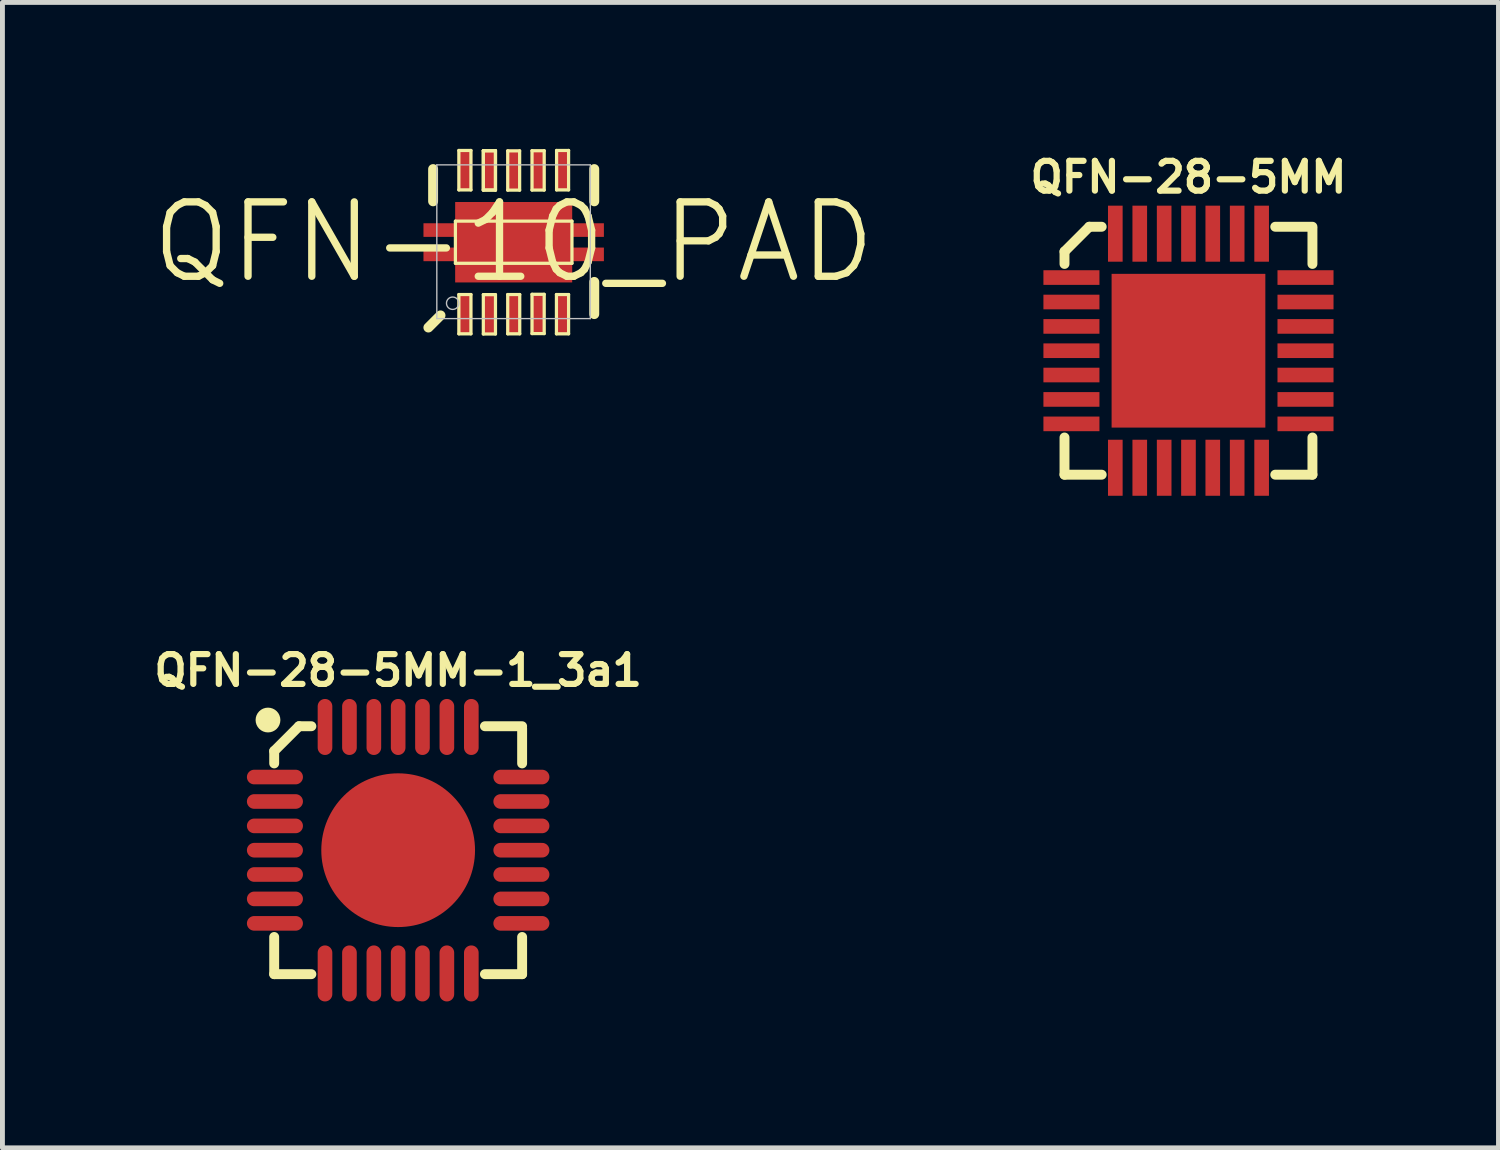
<source format=kicad_pcb>
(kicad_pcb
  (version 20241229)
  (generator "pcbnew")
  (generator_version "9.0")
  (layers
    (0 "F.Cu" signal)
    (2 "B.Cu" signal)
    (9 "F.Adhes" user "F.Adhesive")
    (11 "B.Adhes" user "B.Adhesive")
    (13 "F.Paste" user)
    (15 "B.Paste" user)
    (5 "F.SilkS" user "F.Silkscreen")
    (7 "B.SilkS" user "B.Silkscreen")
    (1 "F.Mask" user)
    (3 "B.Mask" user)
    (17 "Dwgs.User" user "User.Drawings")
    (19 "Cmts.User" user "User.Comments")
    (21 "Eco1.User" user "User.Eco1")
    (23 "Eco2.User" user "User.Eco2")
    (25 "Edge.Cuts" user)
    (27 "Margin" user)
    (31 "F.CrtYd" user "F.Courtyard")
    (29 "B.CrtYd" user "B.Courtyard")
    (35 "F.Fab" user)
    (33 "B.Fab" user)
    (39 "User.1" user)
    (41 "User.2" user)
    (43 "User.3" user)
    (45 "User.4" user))
  (footprint "QFN-28-5MM-1_3a1"
    (layer "F.Cu")
    (at 5.108 14.37)
    (property "Reference" "QFN-28-5MM-1_3a1" (at 0 -3.683 0) (layer "F.SilkS") (effects (font (size 0.61 0.61) (thickness 0.127))))
    (attr smd)
    (fp_line (start -2.54 -2.032) (end -2.54 -1.778) (stroke (width 0.203) (type solid)) (layer "F.SilkS"))
    (fp_line (start -2.54 2.54) (end -2.54 1.778) (stroke (width 0.203) (type solid)) (layer "F.SilkS"))
    (fp_line (start -2.54 2.54) (end -1.778 2.54) (stroke (width 0.203) (type solid)) (layer "F.SilkS"))
    (fp_line (start -2.032 -2.54) (end -2.54 -2.032) (stroke (width 0.203) (type solid)) (layer "F.SilkS"))
    (fp_line (start -2.032 -2.54) (end -1.778 -2.54) (stroke (width 0.203) (type solid)) (layer "F.SilkS"))
    (fp_line (start 2.54 -2.54) (end 1.778 -2.54) (stroke (width 0.203) (type solid)) (layer "F.SilkS"))
    (fp_line (start 2.54 -2.499) (end 2.54 -1.778) (stroke (width 0.203) (type solid)) (layer "F.SilkS"))
    (fp_line (start 2.54 2.54) (end 1.778 2.54) (stroke (width 0.203) (type solid)) (layer "F.SilkS"))
    (fp_line (start 2.54 2.54) (end 2.54 1.778) (stroke (width 0.203) (type solid)) (layer "F.SilkS"))
    (fp_circle (center -2.667 -2.667) (end -2.54 -2.667) (stroke (width 0.254) (type solid)) (fill no) (layer "F.SilkS"))
    (fp_line (start -0.889 -0.889) (end -0.889 -0.381) (stroke (width 0.254) (type solid)) (layer "F.Paste"))
    (fp_line (start -0.889 -0.635) (end -0.381 -0.635) (stroke (width 0.254) (type solid)) (layer "F.Paste"))
    (fp_line (start -0.889 -0.381) (end -0.381 -0.381) (stroke (width 0.254) (type solid)) (layer "F.Paste"))
    (fp_line (start -0.889 0.381) (end -0.381 0.381) (stroke (width 0.254) (type solid)) (layer "F.Paste"))
    (fp_line (start -0.889 0.635) (end -0.381 0.635) (stroke (width 0.254) (type solid)) (layer "F.Paste"))
    (fp_line (start -0.889 0.889) (end -0.889 0.381) (stroke (width 0.254) (type solid)) (layer "F.Paste"))
    (fp_line (start -0.381 -0.889) (end -0.889 -0.889) (stroke (width 0.254) (type solid)) (layer "F.Paste"))
    (fp_line (start -0.381 -0.381) (end -0.381 -0.889) (stroke (width 0.254) (type solid)) (layer "F.Paste"))
    (fp_line (start -0.381 0.381) (end -0.381 0.889) (stroke (width 0.254) (type solid)) (layer "F.Paste"))
    (fp_line (start -0.381 0.889) (end -0.889 0.889) (stroke (width 0.254) (type solid)) (layer "F.Paste"))
    (fp_line (start 0.381 -0.889) (end 0.381 -0.381) (stroke (width 0.254) (type solid)) (layer "F.Paste"))
    (fp_line (start 0.381 -0.889) (end 0.889 -0.889) (stroke (width 0.254) (type solid)) (layer "F.Paste"))
    (fp_line (start 0.381 -0.635) (end 0.889 -0.635) (stroke (width 0.254) (type solid)) (layer "F.Paste"))
    (fp_line (start 0.381 -0.381) (end 0.889 -0.381) (stroke (width 0.254) (type solid)) (layer "F.Paste"))
    (fp_line (start 0.381 0.381) (end 0.381 0.889) (stroke (width 0.254) (type solid)) (layer "F.Paste"))
    (fp_line (start 0.381 0.381) (end 0.889 0.381) (stroke (width 0.254) (type solid)) (layer "F.Paste"))
    (fp_line (start 0.381 0.635) (end 0.889 0.635) (stroke (width 0.254) (type solid)) (layer "F.Paste"))
    (fp_line (start 0.381 0.889) (end 0.889 0.889) (stroke (width 0.254) (type solid)) (layer "F.Paste"))
    (fp_line (start 0.889 -0.889) (end 0.889 -0.381) (stroke (width 0.254) (type solid)) (layer "F.Paste"))
    (fp_line (start 0.889 0.381) (end 0.889 0.889) (stroke (width 0.254) (type solid)) (layer "F.Paste"))
    (pad "P$1" smd oval (at -2.525 -1.499 90) (size 0.3 1.148) (layers "F.Cu" "F.Mask" "F.Paste"))
    (pad "P$2" smd oval (at -2.525 -0.998 90) (size 0.3 1.148) (layers "F.Cu" "F.Mask" "F.Paste"))
    (pad "P$3" smd oval (at -2.525 -0.498 90) (size 0.3 1.148) (layers "F.Cu" "F.Mask" "F.Paste"))
    (pad "P$4" smd oval (at -2.525 0 90) (size 0.3 1.148) (layers "F.Cu" "F.Mask" "F.Paste"))
    (pad "P$5" smd oval (at -2.525 0.498 90) (size 0.3 1.148) (layers "F.Cu" "F.Mask" "F.Paste"))
    (pad "P$6" smd oval (at -2.525 0.998 90) (size 0.3 1.148) (layers "F.Cu" "F.Mask" "F.Paste"))
    (pad "P$7" smd oval (at -2.525 1.499 90) (size 0.3 1.148) (layers "F.Cu" "F.Mask" "F.Paste"))
    (pad "P$8" smd oval (at -1.499 2.525 180) (size 0.3 1.148) (layers "F.Cu" "F.Mask" "F.Paste"))
    (pad "P$9" smd oval (at -0.998 2.525 180) (size 0.3 1.148) (layers "F.Cu" "F.Mask" "F.Paste"))
    (pad "P$10" smd oval (at -0.498 2.525 180) (size 0.3 1.148) (layers "F.Cu" "F.Mask" "F.Paste"))
    (pad "P$11" smd oval (at 0 2.525 180) (size 0.3 1.148) (layers "F.Cu" "F.Mask" "F.Paste"))
    (pad "P$12" smd oval (at 0.498 2.525 180) (size 0.3 1.148) (layers "F.Cu" "F.Mask" "F.Paste"))
    (pad "P$13" smd oval (at 0.998 2.525 180) (size 0.3 1.148) (layers "F.Cu" "F.Mask" "F.Paste"))
    (pad "P$14" smd oval (at 1.499 2.525 180) (size 0.3 1.148) (layers "F.Cu" "F.Mask" "F.Paste"))
    (pad "P$15" smd oval (at 2.525 1.499 270) (size 0.3 1.148) (layers "F.Cu" "F.Mask" "F.Paste"))
    (pad "P$16" smd oval (at 2.525 0.998 270) (size 0.3 1.148) (layers "F.Cu" "F.Mask" "F.Paste"))
    (pad "P$17" smd oval (at 2.525 0.498 270) (size 0.3 1.148) (layers "F.Cu" "F.Mask" "F.Paste"))
    (pad "P$18" smd oval (at 2.525 0 270) (size 0.3 1.148) (layers "F.Cu" "F.Mask" "F.Paste"))
    (pad "P$19" smd oval (at 2.525 -0.498 270) (size 0.3 1.148) (layers "F.Cu" "F.Mask" "F.Paste"))
    (pad "P$20" smd oval (at 2.525 -0.998 270) (size 0.3 1.148) (layers "F.Cu" "F.Mask" "F.Paste"))
    (pad "P$21" smd oval (at 2.525 -1.499 270) (size 0.3 1.148) (layers "F.Cu" "F.Mask" "F.Paste"))
    (pad "P$22" smd oval (at 1.499 -2.525) (size 0.3 1.148) (layers "F.Cu" "F.Mask" "F.Paste"))
    (pad "P$23" smd oval (at 0.998 -2.525) (size 0.3 1.148) (layers "F.Cu" "F.Mask" "F.Paste"))
    (pad "P$24" smd oval (at 0.498 -2.525) (size 0.3 1.148) (layers "F.Cu" "F.Mask" "F.Paste"))
    (pad "P$25" smd oval (at 0 -2.525) (size 0.3 1.148) (layers "F.Cu" "F.Mask" "F.Paste"))
    (pad "P$26" smd oval (at -0.498 -2.525) (size 0.3 1.148) (layers "F.Cu" "F.Mask" "F.Paste"))
    (pad "P$27" smd oval (at -0.998 -2.525) (size 0.3 1.148) (layers "F.Cu" "F.Mask" "F.Paste"))
    (pad "P$28" smd oval (at -1.499 -2.525) (size 0.3 1.148) (layers "F.Cu" "F.Mask" "F.Paste"))
    (pad "P$29" smd oval (at 0 0) (size 3.15 3.15) (layers "F.Cu" "F.Mask" "F.Paste")))
  (footprint "QFN-28-5MM"
    (layer "F.Cu")
    (at 21.301 4.136)
    (property "Reference" "QFN-28-5MM" (at 0 -3.556 0) (layer "F.SilkS") (effects (font (size 0.61 0.61) (thickness 0.127))))
    (attr smd)
    (fp_line (start -2.54 -2.032) (end -2.54 -1.778) (stroke (width 0.203) (type solid)) (layer "F.SilkS"))
    (fp_line (start -2.54 2.54) (end -2.54 1.778) (stroke (width 0.203) (type solid)) (layer "F.SilkS"))
    (fp_line (start -2.54 2.54) (end -1.778 2.54) (stroke (width 0.203) (type solid)) (layer "F.SilkS"))
    (fp_line (start -2.032 -2.54) (end -2.54 -2.032) (stroke (width 0.203) (type solid)) (layer "F.SilkS"))
    (fp_line (start -2.032 -2.54) (end -1.778 -2.54) (stroke (width 0.203) (type solid)) (layer "F.SilkS"))
    (fp_line (start 2.54 -2.54) (end 1.778 -2.54) (stroke (width 0.203) (type solid)) (layer "F.SilkS"))
    (fp_line (start 2.54 -2.499) (end 2.54 -1.778) (stroke (width 0.203) (type solid)) (layer "F.SilkS"))
    (fp_line (start 2.54 2.54) (end 1.778 2.54) (stroke (width 0.203) (type solid)) (layer "F.SilkS"))
    (fp_line (start 2.54 2.54) (end 2.54 1.778) (stroke (width 0.203) (type solid)) (layer "F.SilkS"))
    (fp_line (start -1.143 -1.143) (end -1.143 -0.381) (stroke (width 0.254) (type solid)) (layer "F.Paste"))
    (fp_line (start -1.143 -1.143) (end -0.381 -1.143) (stroke (width 0.254) (type solid)) (layer "F.Paste"))
    (fp_line (start -1.143 -0.635) (end -0.381 -0.635) (stroke (width 0.254) (type solid)) (layer "F.Paste"))
    (fp_line (start -1.143 0.381) (end -0.381 0.381) (stroke (width 0.254) (type solid)) (layer "F.Paste"))
    (fp_line (start -1.143 0.889) (end -0.381 0.889) (stroke (width 0.254) (type solid)) (layer "F.Paste"))
    (fp_line (start -1.143 1.143) (end -1.143 0.381) (stroke (width 0.254) (type solid)) (layer "F.Paste"))
    (fp_line (start -0.381 -1.143) (end -0.381 -0.381) (stroke (width 0.254) (type solid)) (layer "F.Paste"))
    (fp_line (start -0.381 -0.889) (end -1.143 -0.889) (stroke (width 0.254) (type solid)) (layer "F.Paste"))
    (fp_line (start -0.381 -0.381) (end -1.143 -0.381) (stroke (width 0.254) (type solid)) (layer "F.Paste"))
    (fp_line (start -0.381 0.381) (end -0.381 1.143) (stroke (width 0.254) (type solid)) (layer "F.Paste"))
    (fp_line (start -0.381 0.635) (end -1.143 0.635) (stroke (width 0.254) (type solid)) (layer "F.Paste"))
    (fp_line (start -0.381 1.143) (end -1.143 1.143) (stroke (width 0.254) (type solid)) (layer "F.Paste"))
    (fp_line (start 0.381 -1.143) (end 1.143 -1.143) (stroke (width 0.254) (type solid)) (layer "F.Paste"))
    (fp_line (start 0.381 -0.889) (end 1.143 -0.889) (stroke (width 0.254) (type solid)) (layer "F.Paste"))
    (fp_line (start 0.381 -0.635) (end 1.143 -0.635) (stroke (width 0.254) (type solid)) (layer "F.Paste"))
    (fp_line (start 0.381 -0.381) (end 0.381 -1.143) (stroke (width 0.254) (type solid)) (layer "F.Paste"))
    (fp_line (start 0.381 -0.381) (end 1.143 -0.381) (stroke (width 0.254) (type solid)) (layer "F.Paste"))
    (fp_line (start 0.381 0.381) (end 1.143 0.381) (stroke (width 0.254) (type solid)) (layer "F.Paste"))
    (fp_line (start 0.381 0.635) (end 1.143 0.635) (stroke (width 0.254) (type solid)) (layer "F.Paste"))
    (fp_line (start 0.381 1.143) (end 0.381 0.381) (stroke (width 0.254) (type solid)) (layer "F.Paste"))
    (fp_line (start 1.143 -1.143) (end 1.143 -0.381) (stroke (width 0.254) (type solid)) (layer "F.Paste"))
    (fp_line (start 1.143 0.381) (end 1.143 1.143) (stroke (width 0.254) (type solid)) (layer "F.Paste"))
    (fp_line (start 1.143 0.889) (end 0.381 0.889) (stroke (width 0.254) (type solid)) (layer "F.Paste"))
    (fp_line (start 1.143 1.143) (end 0.381 1.143) (stroke (width 0.254) (type solid)) (layer "F.Paste"))
    (fp_circle (center -2.667 -2.667) (end -2.54 -2.667) (stroke (width 0.254) (type solid)) (fill no) (layer "B.Paste"))
    (pad "P$1" smd rect (at -2.398 -1.499 90) (size 0.3 1.148) (layers "F.Cu" "F.Mask" "F.Paste"))
    (pad "P$2" smd rect (at -2.398 -0.998 90) (size 0.3 1.148) (layers "F.Cu" "F.Mask" "F.Paste"))
    (pad "P$3" smd rect (at -2.398 -0.498 90) (size 0.3 1.148) (layers "F.Cu" "F.Mask" "F.Paste"))
    (pad "P$4" smd rect (at -2.398 0 90) (size 0.3 1.148) (layers "F.Cu" "F.Mask" "F.Paste"))
    (pad "P$5" smd rect (at -2.398 0.498 90) (size 0.3 1.148) (layers "F.Cu" "F.Mask" "F.Paste"))
    (pad "P$6" smd rect (at -2.398 0.998 90) (size 0.3 1.148) (layers "F.Cu" "F.Mask" "F.Paste"))
    (pad "P$7" smd rect (at -2.398 1.499 90) (size 0.3 1.148) (layers "F.Cu" "F.Mask" "F.Paste"))
    (pad "P$8" smd rect (at -1.499 2.398 180) (size 0.3 1.148) (layers "F.Cu" "F.Mask" "F.Paste"))
    (pad "P$9" smd rect (at -0.998 2.398 180) (size 0.3 1.148) (layers "F.Cu" "F.Mask" "F.Paste"))
    (pad "P$10" smd rect (at -0.498 2.398 180) (size 0.3 1.148) (layers "F.Cu" "F.Mask" "F.Paste"))
    (pad "P$11" smd rect (at 0 2.398 180) (size 0.3 1.148) (layers "F.Cu" "F.Mask" "F.Paste"))
    (pad "P$12" smd rect (at 0.498 2.398 180) (size 0.3 1.148) (layers "F.Cu" "F.Mask" "F.Paste"))
    (pad "P$13" smd rect (at 0.998 2.398 180) (size 0.3 1.148) (layers "F.Cu" "F.Mask" "F.Paste"))
    (pad "P$14" smd rect (at 1.499 2.398 180) (size 0.3 1.148) (layers "F.Cu" "F.Mask" "F.Paste"))
    (pad "P$15" smd rect (at 2.398 1.499 270) (size 0.3 1.148) (layers "F.Cu" "F.Mask" "F.Paste"))
    (pad "P$16" smd rect (at 2.398 0.998 270) (size 0.3 1.148) (layers "F.Cu" "F.Mask" "F.Paste"))
    (pad "P$17" smd rect (at 2.398 0.498 270) (size 0.3 1.148) (layers "F.Cu" "F.Mask" "F.Paste"))
    (pad "P$18" smd rect (at 2.398 0 270) (size 0.3 1.148) (layers "F.Cu" "F.Mask" "F.Paste"))
    (pad "P$19" smd rect (at 2.398 -0.498 270) (size 0.3 1.148) (layers "F.Cu" "F.Mask" "F.Paste"))
    (pad "P$20" smd rect (at 2.398 -0.998 270) (size 0.3 1.148) (layers "F.Cu" "F.Mask" "F.Paste"))
    (pad "P$21" smd rect (at 2.398 -1.499 270) (size 0.3 1.148) (layers "F.Cu" "F.Mask" "F.Paste"))
    (pad "P$22" smd rect (at 1.499 -2.398) (size 0.3 1.148) (layers "F.Cu" "F.Mask" "F.Paste"))
    (pad "P$23" smd rect (at 0.998 -2.398) (size 0.3 1.148) (layers "F.Cu" "F.Mask" "F.Paste"))
    (pad "P$24" smd rect (at 0.498 -2.398) (size 0.3 1.148) (layers "F.Cu" "F.Mask" "F.Paste"))
    (pad "P$25" smd rect (at 0 -2.398) (size 0.3 1.148) (layers "F.Cu" "F.Mask" "F.Paste"))
    (pad "P$26" smd rect (at -0.498 -2.398) (size 0.3 1.148) (layers "F.Cu" "F.Mask" "F.Paste"))
    (pad "P$27" smd rect (at -0.998 -2.398) (size 0.3 1.148) (layers "F.Cu" "F.Mask" "F.Paste"))
    (pad "P$28" smd rect (at -1.499 -2.398) (size 0.3 1.148) (layers "F.Cu" "F.Mask" "F.Paste"))
    (pad "P$29" smd rect (at 0 0) (size 3.15 3.15) (layers "F.Cu" "F.Mask" "F.Paste")))
  (footprint "QFN-10_PAD"
    (layer "F.Cu")
    (at 7.475 1.913)
    (property "Reference" "QFN-10_PAD" (at 0 0 0) (layer "F.SilkS") (effects (font (size 1.524 1.524) (thickness 0.15))))
    (attr smd)
    (fp_line (start -1.748 1.748) (end -1.499 1.499) (stroke (width 0.203) (type solid)) (layer "F.SilkS"))
    (fp_line (start -1.651 -1.499) (end -1.651 -0.838) (stroke (width 0.203) (type solid)) (layer "F.SilkS"))
    (fp_line (start -1.194 -0.432) (end 1.194 -0.432) (stroke (width 0.066) (type solid)) (layer "F.SilkS"))
    (fp_line (start -1.194 0.432) (end -1.194 -0.432) (stroke (width 0.066) (type solid)) (layer "F.SilkS"))
    (fp_line (start -1.194 0.432) (end 1.194 0.432) (stroke (width 0.066) (type solid)) (layer "F.SilkS"))
    (fp_line (start -1.123 -1.88) (end -0.876 -1.88) (stroke (width 0.066) (type solid)) (layer "F.SilkS"))
    (fp_line (start -1.123 -1.072) (end -1.123 -1.88) (stroke (width 0.066) (type solid)) (layer "F.SilkS"))
    (fp_line (start -1.123 -1.072) (end -0.876 -1.072) (stroke (width 0.066) (type solid)) (layer "F.SilkS"))
    (fp_line (start -1.123 1.072) (end -0.876 1.072) (stroke (width 0.066) (type solid)) (layer "F.SilkS"))
    (fp_line (start -1.123 1.877) (end -1.123 1.072) (stroke (width 0.066) (type solid)) (layer "F.SilkS"))
    (fp_line (start -1.123 1.877) (end -0.876 1.877) (stroke (width 0.066) (type solid)) (layer "F.SilkS"))
    (fp_line (start -0.876 -1.072) (end -0.876 -1.88) (stroke (width 0.066) (type solid)) (layer "F.SilkS"))
    (fp_line (start -0.876 1.877) (end -0.876 1.072) (stroke (width 0.066) (type solid)) (layer "F.SilkS"))
    (fp_line (start -0.622 -1.875) (end -0.373 -1.875) (stroke (width 0.066) (type solid)) (layer "F.SilkS"))
    (fp_line (start -0.622 -1.875) (end -0.373 -1.875) (stroke (width 0.066) (type solid)) (layer "F.SilkS"))
    (fp_line (start -0.622 -1.069) (end -0.622 -1.875) (stroke (width 0.066) (type solid)) (layer "F.SilkS"))
    (fp_line (start -0.622 -1.069) (end -0.622 -1.875) (stroke (width 0.066) (type solid)) (layer "F.SilkS"))
    (fp_line (start -0.622 -1.069) (end -0.373 -1.069) (stroke (width 0.066) (type solid)) (layer "F.SilkS"))
    (fp_line (start -0.622 -1.069) (end -0.373 -1.069) (stroke (width 0.066) (type solid)) (layer "F.SilkS"))
    (fp_line (start -0.622 1.074) (end -0.373 1.074) (stroke (width 0.066) (type solid)) (layer "F.SilkS"))
    (fp_line (start -0.622 1.88) (end -0.622 1.074) (stroke (width 0.066) (type solid)) (layer "F.SilkS"))
    (fp_line (start -0.622 1.88) (end -0.373 1.88) (stroke (width 0.066) (type solid)) (layer "F.SilkS"))
    (fp_line (start -0.373 -1.069) (end -0.373 -1.875) (stroke (width 0.066) (type solid)) (layer "F.SilkS"))
    (fp_line (start -0.373 -1.069) (end -0.373 -1.875) (stroke (width 0.066) (type solid)) (layer "F.SilkS"))
    (fp_line (start -0.373 1.88) (end -0.373 1.074) (stroke (width 0.066) (type solid)) (layer "F.SilkS"))
    (fp_line (start -0.122 -1.872) (end 0.122 -1.872) (stroke (width 0.066) (type solid)) (layer "F.SilkS"))
    (fp_line (start -0.122 -1.067) (end -0.122 -1.872) (stroke (width 0.066) (type solid)) (layer "F.SilkS"))
    (fp_line (start -0.122 -1.067) (end 0.122 -1.067) (stroke (width 0.066) (type solid)) (layer "F.SilkS"))
    (fp_line (start -0.122 1.072) (end 0.124 1.072) (stroke (width 0.066) (type solid)) (layer "F.SilkS"))
    (fp_line (start -0.122 1.877) (end -0.122 1.072) (stroke (width 0.066) (type solid)) (layer "F.SilkS"))
    (fp_line (start -0.122 1.877) (end 0.124 1.877) (stroke (width 0.066) (type solid)) (layer "F.SilkS"))
    (fp_line (start 0.122 -1.067) (end 0.122 -1.872) (stroke (width 0.066) (type solid)) (layer "F.SilkS"))
    (fp_line (start 0.124 1.877) (end 0.124 1.072) (stroke (width 0.066) (type solid)) (layer "F.SilkS"))
    (fp_line (start 0.376 -1.875) (end 0.625 -1.875) (stroke (width 0.066) (type solid)) (layer "F.SilkS"))
    (fp_line (start 0.376 -1.069) (end 0.376 -1.875) (stroke (width 0.066) (type solid)) (layer "F.SilkS"))
    (fp_line (start 0.376 -1.069) (end 0.625 -1.069) (stroke (width 0.066) (type solid)) (layer "F.SilkS"))
    (fp_line (start 0.376 1.067) (end 0.625 1.067) (stroke (width 0.066) (type solid)) (layer "F.SilkS"))
    (fp_line (start 0.376 1.872) (end 0.376 1.067) (stroke (width 0.066) (type solid)) (layer "F.SilkS"))
    (fp_line (start 0.376 1.872) (end 0.625 1.872) (stroke (width 0.066) (type solid)) (layer "F.SilkS"))
    (fp_line (start 0.625 -1.069) (end 0.625 -1.875) (stroke (width 0.066) (type solid)) (layer "F.SilkS"))
    (fp_line (start 0.625 1.872) (end 0.625 1.067) (stroke (width 0.066) (type solid)) (layer "F.SilkS"))
    (fp_line (start 0.876 1.072) (end 1.125 1.072) (stroke (width 0.066) (type solid)) (layer "F.SilkS"))
    (fp_line (start 0.876 1.877) (end 0.876 1.072) (stroke (width 0.066) (type solid)) (layer "F.SilkS"))
    (fp_line (start 0.876 1.877) (end 1.125 1.877) (stroke (width 0.066) (type solid)) (layer "F.SilkS"))
    (fp_line (start 0.879 -1.88) (end 1.125 -1.88) (stroke (width 0.066) (type solid)) (layer "F.SilkS"))
    (fp_line (start 0.879 -1.072) (end 0.879 -1.88) (stroke (width 0.066) (type solid)) (layer "F.SilkS"))
    (fp_line (start 0.879 -1.072) (end 1.125 -1.072) (stroke (width 0.066) (type solid)) (layer "F.SilkS"))
    (fp_line (start 1.125 -1.072) (end 1.125 -1.88) (stroke (width 0.066) (type solid)) (layer "F.SilkS"))
    (fp_line (start 1.125 1.877) (end 1.125 1.072) (stroke (width 0.066) (type solid)) (layer "F.SilkS"))
    (fp_line (start 1.194 0.432) (end 1.194 -0.432) (stroke (width 0.066) (type solid)) (layer "F.SilkS"))
    (fp_line (start 1.651 -1.499) (end 1.651 -0.838) (stroke (width 0.203) (type solid)) (layer "F.SilkS"))
    (fp_line (start 1.651 0.813) (end 1.651 1.473) (stroke (width 0.203) (type solid)) (layer "F.SilkS"))
    (fp_line (start -1.575 -1.585) (end 1.57 -1.585) (stroke (width 0.028) (type solid)) (layer "Dwgs.User"))
    (fp_line (start -1.575 1.565) (end -1.575 -1.585) (stroke (width 0.028) (type solid)) (layer "Dwgs.User"))
    (fp_line (start 1.57 -1.585) (end 1.57 1.565) (stroke (width 0.028) (type solid)) (layer "Dwgs.User"))
    (fp_line (start 1.57 1.565) (end -1.575 1.565) (stroke (width 0.028) (type solid)) (layer "Dwgs.User"))
    (fp_circle (center -1.25 1.25) (end -1.25 1.123) (stroke (width 0.028) (type solid)) (fill no) (layer "Dwgs.User"))
    (pad "1" smd rect (at -0.998 1.473 90) (size 0.848 0.295) (layers "F.Cu" "F.Mask" "F.Paste"))
    (pad "2" smd rect (at -0.498 1.473 90) (size 0.848 0.295) (layers "F.Cu" "F.Mask" "F.Paste"))
    (pad "3" smd rect (at 0 1.473 90) (size 0.848 0.295) (layers "F.Cu" "F.Mask" "F.Paste"))
    (pad "4" smd rect (at 0.498 1.473 90) (size 0.848 0.295) (layers "F.Cu" "F.Mask" "F.Paste"))
    (pad "5" smd rect (at 0.998 1.473 90) (size 0.848 0.295) (layers "F.Cu" "F.Mask" "F.Paste"))
    (pad "6" smd rect (at 0.998 -1.473 90) (size 0.848 0.295) (layers "F.Cu" "F.Mask" "F.Paste"))
    (pad "7" smd rect (at 0.498 -1.473 90) (size 0.848 0.295) (layers "F.Cu" "F.Mask" "F.Paste"))
    (pad "8" smd rect (at 0 -1.473 90) (size 0.848 0.295) (layers "F.Cu" "F.Mask" "F.Paste"))
    (pad "9" smd rect (at -0.498 -1.473 90) (size 0.848 0.295) (layers "F.Cu" "F.Mask" "F.Paste"))
    (pad "10" smd rect (at -0.998 -1.473 90) (size 0.848 0.295) (layers "F.Cu" "F.Mask" "F.Paste"))
    (pad "11" smd rect (at -1.499 -0.249 180) (size 0.699 0.279) (layers "F.Cu" "F.Mask" "F.Paste"))
    (pad "12" smd rect (at -1.499 0.249 180) (size 0.699 0.279) (layers "F.Cu" "F.Mask" "F.Paste"))
    (pad "13" smd rect (at 1.499 -0.249 180) (size 0.699 0.279) (layers "F.Cu" "F.Mask" "F.Paste"))
    (pad "14" smd rect (at 1.499 0.249 180) (size 0.699 0.279) (layers "F.Cu" "F.Mask" "F.Paste"))
    (pad "15" smd rect (at 0 0 90) (size 1.648 2.398) (layers "F.Cu" "F.Mask" "F.Paste")))
  (gr_rect
    (start -3 -3)
    (end 27.653 20.469)
    (stroke (width 0.1) (type default))
    (fill no)
    (layer "Edge.Cuts")))
</source>
